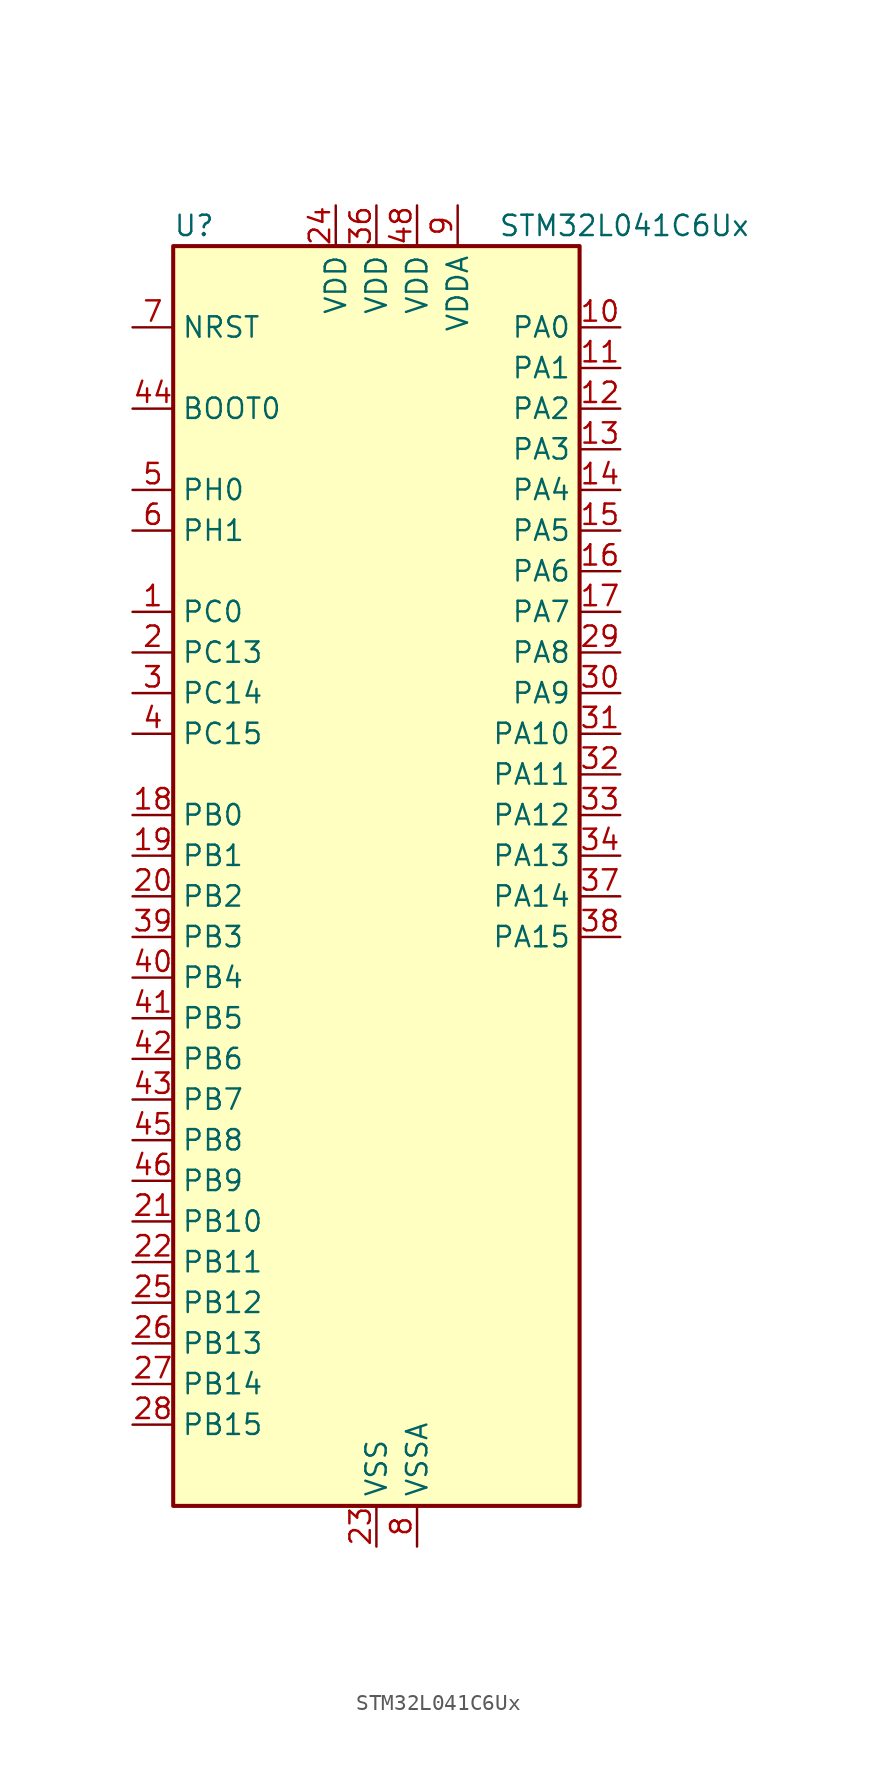
<source format=kicad_sym>
(kicad_symbol_lib
  (version 20241209)
  (generator "kicad_symbol_editor")
  (generator_version "9.0")
  (symbol "STM32L041C6Ux"
    (property "Reference" "U"
      (at -12.7 41.91 0)
      (effects (font (size 1.27 1.27)) (justify left)))
    (property "Value" "STM32L041C6Ux"
      (at 7.62 41.91 0)
      (effects (font (size 1.27 1.27)) (justify left)))
    (symbol "STM32L041C6Ux_0_1"
      (rectangle (start -12.7 -38.1) (end 12.7 40.64) (stroke (width 0.254) (type default)) (fill (type background))))
    (symbol "STM32L041C6Ux_1_1"
      (pin input line (at -15.24 35.56 0) (length 2.54) (name "NRST" (effects (font (size 1.27 1.27)))) (number "7" (effects (font (size 1.27 1.27)))))
      (pin input line (at -15.24 30.48 0) (length 2.54) (name "BOOT0" (effects (font (size 1.27 1.27)))) (number "44" (effects (font (size 1.27 1.27)))))
      (pin bidirectional line (at -15.24 25.4 0) (length 2.54) (name "PH0" (effects (font (size 1.27 1.27)))) (number "5" (effects (font (size 1.27 1.27)))) (alternate "RCC_OSC_IN" bidirectional line))
      (pin bidirectional line (at -15.24 22.86 0) (length 2.54) (name "PH1" (effects (font (size 1.27 1.27)))) (number "6" (effects (font (size 1.27 1.27)))) (alternate "RCC_OSC_OUT" bidirectional line))
      (pin bidirectional line (at -15.24 17.78 0) (length 2.54) (name "PC0" (effects (font (size 1.27 1.27)))) (number "1" (effects (font (size 1.27 1.27)))) (alternate "LPTIM1_IN1" bidirectional line) (alternate "LPUART1_RX" bidirectional line))
      (pin bidirectional line (at -15.24 15.24 0) (length 2.54) (name "PC13" (effects (font (size 1.27 1.27)))) (number "2" (effects (font (size 1.27 1.27)))) (alternate "RTC_TAMP1" bidirectional line) (alternate "SYS_WKUP2" bidirectional line))
      (pin bidirectional line (at -15.24 12.7 0) (length 2.54) (name "PC14" (effects (font (size 1.27 1.27)))) (number "3" (effects (font (size 1.27 1.27)))) (alternate "RCC_OSC32_IN" bidirectional line))
      (pin bidirectional line (at -15.24 10.16 0) (length 2.54) (name "PC15" (effects (font (size 1.27 1.27)))) (number "4" (effects (font (size 1.27 1.27)))) (alternate "RCC_OSC32_OUT" bidirectional line))
      (pin bidirectional line (at -15.24 5.08 0) (length 2.54) (name "PB0" (effects (font (size 1.27 1.27)))) (number "18" (effects (font (size 1.27 1.27)))) (alternate "ADC_IN8" bidirectional line) (alternate "SPI1_MISO" bidirectional line) (alternate "SYS_VREF_OUT_PB0" bidirectional line) (alternate "TIM2_CH3" bidirectional line) (alternate "USART2_DE" bidirectional line) (alternate "USART2_RTS" bidirectional line))
      (pin bidirectional line (at -15.24 2.54 0) (length 2.54) (name "PB1" (effects (font (size 1.27 1.27)))) (number "19" (effects (font (size 1.27 1.27)))) (alternate "ADC_IN9" bidirectional line) (alternate "LPUART1_DE" bidirectional line) (alternate "LPUART1_RTS" bidirectional line) (alternate "SPI1_MOSI" bidirectional line) (alternate "SYS_VREF_OUT_PB1" bidirectional line) (alternate "TIM2_CH4" bidirectional line) (alternate "USART2_CK" bidirectional line))
      (pin bidirectional line (at -15.24 0 0) (length 2.54) (name "PB2" (effects (font (size 1.27 1.27)))) (number "20" (effects (font (size 1.27 1.27)))) (alternate "LPTIM1_OUT" bidirectional line))
      (pin bidirectional line (at -15.24 -2.54 0) (length 2.54) (name "PB3" (effects (font (size 1.27 1.27)))) (number "39" (effects (font (size 1.27 1.27)))) (alternate "COMP2_INM" bidirectional line) (alternate "SPI1_SCK" bidirectional line) (alternate "TIM2_CH2" bidirectional line))
      (pin bidirectional line (at -15.24 -5.08 0) (length 2.54) (name "PB4" (effects (font (size 1.27 1.27)))) (number "40" (effects (font (size 1.27 1.27)))) (alternate "COMP2_INP" bidirectional line) (alternate "SPI1_MISO" bidirectional line) (alternate "TIM22_CH1" bidirectional line))
      (pin bidirectional line (at -15.24 -7.62 0) (length 2.54) (name "PB5" (effects (font (size 1.27 1.27)))) (number "41" (effects (font (size 1.27 1.27)))) (alternate "COMP2_INP" bidirectional line) (alternate "I2C1_SMBA" bidirectional line) (alternate "LPTIM1_IN1" bidirectional line) (alternate "SPI1_MOSI" bidirectional line) (alternate "TIM22_CH2" bidirectional line))
      (pin bidirectional line (at -15.24 -10.16 0) (length 2.54) (name "PB6" (effects (font (size 1.27 1.27)))) (number "42" (effects (font (size 1.27 1.27)))) (alternate "COMP2_INP" bidirectional line) (alternate "I2C1_SCL" bidirectional line) (alternate "LPTIM1_ETR" bidirectional line) (alternate "TIM21_CH1" bidirectional line) (alternate "USART2_TX" bidirectional line))
      (pin bidirectional line (at -15.24 -12.7 0) (length 2.54) (name "PB7" (effects (font (size 1.27 1.27)))) (number "43" (effects (font (size 1.27 1.27)))) (alternate "COMP2_INP" bidirectional line) (alternate "I2C1_SDA" bidirectional line) (alternate "LPTIM1_IN2" bidirectional line) (alternate "SYS_PVD_IN" bidirectional line) (alternate "USART2_RX" bidirectional line))
      (pin bidirectional line (at -15.24 -15.24 0) (length 2.54) (name "PB8" (effects (font (size 1.27 1.27)))) (number "45" (effects (font (size 1.27 1.27)))) (alternate "I2C1_SCL" bidirectional line))
      (pin bidirectional line (at -15.24 -17.78 0) (length 2.54) (name "PB9" (effects (font (size 1.27 1.27)))) (number "46" (effects (font (size 1.27 1.27)))) (alternate "I2C1_SDA" bidirectional line))
      (pin bidirectional line (at -15.24 -20.32 0) (length 2.54) (name "PB10" (effects (font (size 1.27 1.27)))) (number "21" (effects (font (size 1.27 1.27)))) (alternate "LPUART1_TX" bidirectional line) (alternate "TIM2_CH3" bidirectional line))
      (pin bidirectional line (at -15.24 -22.86 0) (length 2.54) (name "PB11" (effects (font (size 1.27 1.27)))) (number "22" (effects (font (size 1.27 1.27)))) (alternate "ADC_EXTI11" bidirectional line) (alternate "LPUART1_RX" bidirectional line) (alternate "TIM2_CH4" bidirectional line))
      (pin bidirectional line (at -15.24 -25.4 0) (length 2.54) (name "PB12" (effects (font (size 1.27 1.27)))) (number "25" (effects (font (size 1.27 1.27)))) (alternate "SPI1_NSS" bidirectional line))
      (pin bidirectional line (at -15.24 -27.94 0) (length 2.54) (name "PB13" (effects (font (size 1.27 1.27)))) (number "26" (effects (font (size 1.27 1.27)))) (alternate "LPUART1_CTS" bidirectional line) (alternate "RCC_MCO" bidirectional line) (alternate "SPI1_SCK" bidirectional line) (alternate "TIM21_CH1" bidirectional line))
      (pin bidirectional line (at -15.24 -30.48 0) (length 2.54) (name "PB14" (effects (font (size 1.27 1.27)))) (number "27" (effects (font (size 1.27 1.27)))) (alternate "LPUART1_DE" bidirectional line) (alternate "LPUART1_RTS" bidirectional line) (alternate "RTC_OUT_ALARM" bidirectional line) (alternate "RTC_OUT_CALIB" bidirectional line) (alternate "SPI1_MISO" bidirectional line) (alternate "TIM21_CH2" bidirectional line))
      (pin bidirectional line (at -15.24 -33.02 0) (length 2.54) (name "PB15" (effects (font (size 1.27 1.27)))) (number "28" (effects (font (size 1.27 1.27)))) (alternate "RTC_REFIN" bidirectional line) (alternate "SPI1_MOSI" bidirectional line))
      (pin power_in line (at -2.54 43.18 270) (length 2.54) (name "VDD" (effects (font (size 1.27 1.27)))) (number "24" (effects (font (size 1.27 1.27)))))
      (pin power_in line (at 0 43.18 270) (length 2.54) (name "VDD" (effects (font (size 1.27 1.27)))) (number "36" (effects (font (size 1.27 1.27)))))
      (pin power_in line (at 0 -40.64 90) (length 2.54) (name "VSS" (effects (font (size 1.27 1.27)))) (number "23" (effects (font (size 1.27 1.27)))))
      (pin passive line (at 0 -40.64 90) (length 2.54) (hide yes) (name "VSS" (effects (font (size 1.27 1.27)))) (number "35" (effects (font (size 1.27 1.27)))))
      (pin passive line (at 0 -40.64 90) (length 2.54) (hide yes) (name "VSS" (effects (font (size 1.27 1.27)))) (number "47" (effects (font (size 1.27 1.27)))))
      (pin passive line (at 0 -40.64 90) (length 2.54) (hide yes) (name "VSS" (effects (font (size 1.27 1.27)))) (number "49" (effects (font (size 1.27 1.27)))))
      (pin power_in line (at 2.54 43.18 270) (length 2.54) (name "VDD" (effects (font (size 1.27 1.27)))) (number "48" (effects (font (size 1.27 1.27)))))
      (pin power_in line (at 2.54 -40.64 90) (length 2.54) (name "VSSA" (effects (font (size 1.27 1.27)))) (number "8" (effects (font (size 1.27 1.27)))))
      (pin power_in line (at 5.08 43.18 270) (length 2.54) (name "VDDA" (effects (font (size 1.27 1.27)))) (number "9" (effects (font (size 1.27 1.27)))))
      (pin bidirectional line (at 15.24 35.56 180) (length 2.54) (name "PA0" (effects (font (size 1.27 1.27)))) (number "10" (effects (font (size 1.27 1.27)))) (alternate "ADC_IN0" bidirectional line) (alternate "COMP1_INM" bidirectional line) (alternate "COMP1_OUT" bidirectional line) (alternate "LPTIM1_IN1" bidirectional line) (alternate "RTC_TAMP2" bidirectional line) (alternate "SYS_WKUP1" bidirectional line) (alternate "TIM2_CH1" bidirectional line) (alternate "TIM2_ETR" bidirectional line) (alternate "USART2_CTS" bidirectional line))
      (pin bidirectional line (at 15.24 33.02 180) (length 2.54) (name "PA1" (effects (font (size 1.27 1.27)))) (number "11" (effects (font (size 1.27 1.27)))) (alternate "ADC_IN1" bidirectional line) (alternate "COMP1_INP" bidirectional line) (alternate "I2C1_SMBA" bidirectional line) (alternate "LPTIM1_IN2" bidirectional line) (alternate "TIM21_ETR" bidirectional line) (alternate "TIM2_CH2" bidirectional line) (alternate "USART2_DE" bidirectional line) (alternate "USART2_RTS" bidirectional line))
      (pin bidirectional line (at 15.24 30.48 180) (length 2.54) (name "PA2" (effects (font (size 1.27 1.27)))) (number "12" (effects (font (size 1.27 1.27)))) (alternate "ADC_IN2" bidirectional line) (alternate "COMP2_INM" bidirectional line) (alternate "COMP2_OUT" bidirectional line) (alternate "LPUART1_TX" bidirectional line) (alternate "RTC_OUT_ALARM" bidirectional line) (alternate "RTC_OUT_CALIB" bidirectional line) (alternate "RTC_TAMP3" bidirectional line) (alternate "RTC_TS" bidirectional line) (alternate "SYS_WKUP3" bidirectional line) (alternate "TIM21_CH1" bidirectional line) (alternate "TIM2_CH3" bidirectional line) (alternate "USART2_TX" bidirectional line))
      (pin bidirectional line (at 15.24 27.94 180) (length 2.54) (name "PA3" (effects (font (size 1.27 1.27)))) (number "13" (effects (font (size 1.27 1.27)))) (alternate "ADC_IN3" bidirectional line) (alternate "COMP2_INP" bidirectional line) (alternate "LPUART1_RX" bidirectional line) (alternate "TIM21_CH2" bidirectional line) (alternate "TIM2_CH4" bidirectional line) (alternate "USART2_RX" bidirectional line))
      (pin bidirectional line (at 15.24 25.4 180) (length 2.54) (name "PA4" (effects (font (size 1.27 1.27)))) (number "14" (effects (font (size 1.27 1.27)))) (alternate "ADC_IN4" bidirectional line) (alternate "COMP1_INM" bidirectional line) (alternate "COMP2_INM" bidirectional line) (alternate "LPTIM1_IN1" bidirectional line) (alternate "SPI1_NSS" bidirectional line) (alternate "TIM22_ETR" bidirectional line) (alternate "USART2_CK" bidirectional line))
      (pin bidirectional line (at 15.24 22.86 180) (length 2.54) (name "PA5" (effects (font (size 1.27 1.27)))) (number "15" (effects (font (size 1.27 1.27)))) (alternate "ADC_IN5" bidirectional line) (alternate "COMP1_INM" bidirectional line) (alternate "COMP2_INM" bidirectional line) (alternate "LPTIM1_IN2" bidirectional line) (alternate "SPI1_SCK" bidirectional line) (alternate "TIM2_CH1" bidirectional line) (alternate "TIM2_ETR" bidirectional line))
      (pin bidirectional line (at 15.24 20.32 180) (length 2.54) (name "PA6" (effects (font (size 1.27 1.27)))) (number "16" (effects (font (size 1.27 1.27)))) (alternate "ADC_IN6" bidirectional line) (alternate "COMP1_OUT" bidirectional line) (alternate "LPTIM1_ETR" bidirectional line) (alternate "LPUART1_CTS" bidirectional line) (alternate "SPI1_MISO" bidirectional line) (alternate "TIM22_CH1" bidirectional line))
      (pin bidirectional line (at 15.24 17.78 180) (length 2.54) (name "PA7" (effects (font (size 1.27 1.27)))) (number "17" (effects (font (size 1.27 1.27)))) (alternate "ADC_IN7" bidirectional line) (alternate "COMP2_OUT" bidirectional line) (alternate "LPTIM1_OUT" bidirectional line) (alternate "SPI1_MOSI" bidirectional line) (alternate "TIM22_CH2" bidirectional line) (alternate "USART2_CTS" bidirectional line))
      (pin bidirectional line (at 15.24 15.24 180) (length 2.54) (name "PA8" (effects (font (size 1.27 1.27)))) (number "29" (effects (font (size 1.27 1.27)))) (alternate "LPTIM1_IN1" bidirectional line) (alternate "RCC_MCO" bidirectional line) (alternate "TIM2_CH1" bidirectional line) (alternate "USART2_CK" bidirectional line))
      (pin bidirectional line (at 15.24 12.7 180) (length 2.54) (name "PA9" (effects (font (size 1.27 1.27)))) (number "30" (effects (font (size 1.27 1.27)))) (alternate "I2C1_SCL" bidirectional line) (alternate "RCC_MCO" bidirectional line) (alternate "TIM22_CH1" bidirectional line) (alternate "USART2_TX" bidirectional line))
      (pin bidirectional line (at 15.24 10.16 180) (length 2.54) (name "PA10" (effects (font (size 1.27 1.27)))) (number "31" (effects (font (size 1.27 1.27)))) (alternate "I2C1_SDA" bidirectional line) (alternate "TIM22_CH2" bidirectional line) (alternate "USART2_RX" bidirectional line))
      (pin bidirectional line (at 15.24 7.62 180) (length 2.54) (name "PA11" (effects (font (size 1.27 1.27)))) (number "32" (effects (font (size 1.27 1.27)))) (alternate "ADC_EXTI11" bidirectional line) (alternate "COMP1_OUT" bidirectional line) (alternate "SPI1_MISO" bidirectional line) (alternate "TIM21_CH2" bidirectional line) (alternate "USART2_CTS" bidirectional line))
      (pin bidirectional line (at 15.24 5.08 180) (length 2.54) (name "PA12" (effects (font (size 1.27 1.27)))) (number "33" (effects (font (size 1.27 1.27)))) (alternate "COMP2_OUT" bidirectional line) (alternate "SPI1_MOSI" bidirectional line) (alternate "USART2_DE" bidirectional line) (alternate "USART2_RTS" bidirectional line))
      (pin bidirectional line (at 15.24 2.54 180) (length 2.54) (name "PA13" (effects (font (size 1.27 1.27)))) (number "34" (effects (font (size 1.27 1.27)))) (alternate "LPTIM1_ETR" bidirectional line) (alternate "LPUART1_RX" bidirectional line) (alternate "SYS_SWDIO" bidirectional line))
      (pin bidirectional line (at 15.24 0 180) (length 2.54) (name "PA14" (effects (font (size 1.27 1.27)))) (number "37" (effects (font (size 1.27 1.27)))) (alternate "I2C1_SMBA" bidirectional line) (alternate "LPTIM1_OUT" bidirectional line) (alternate "LPUART1_TX" bidirectional line) (alternate "SYS_SWCLK" bidirectional line) (alternate "USART2_TX" bidirectional line))
      (pin bidirectional line (at 15.24 -2.54 180) (length 2.54) (name "PA15" (effects (font (size 1.27 1.27)))) (number "38" (effects (font (size 1.27 1.27)))) (alternate "SPI1_NSS" bidirectional line) (alternate "TIM2_CH1" bidirectional line) (alternate "TIM2_ETR" bidirectional line) (alternate "USART2_RX" bidirectional line)))))
</source>
